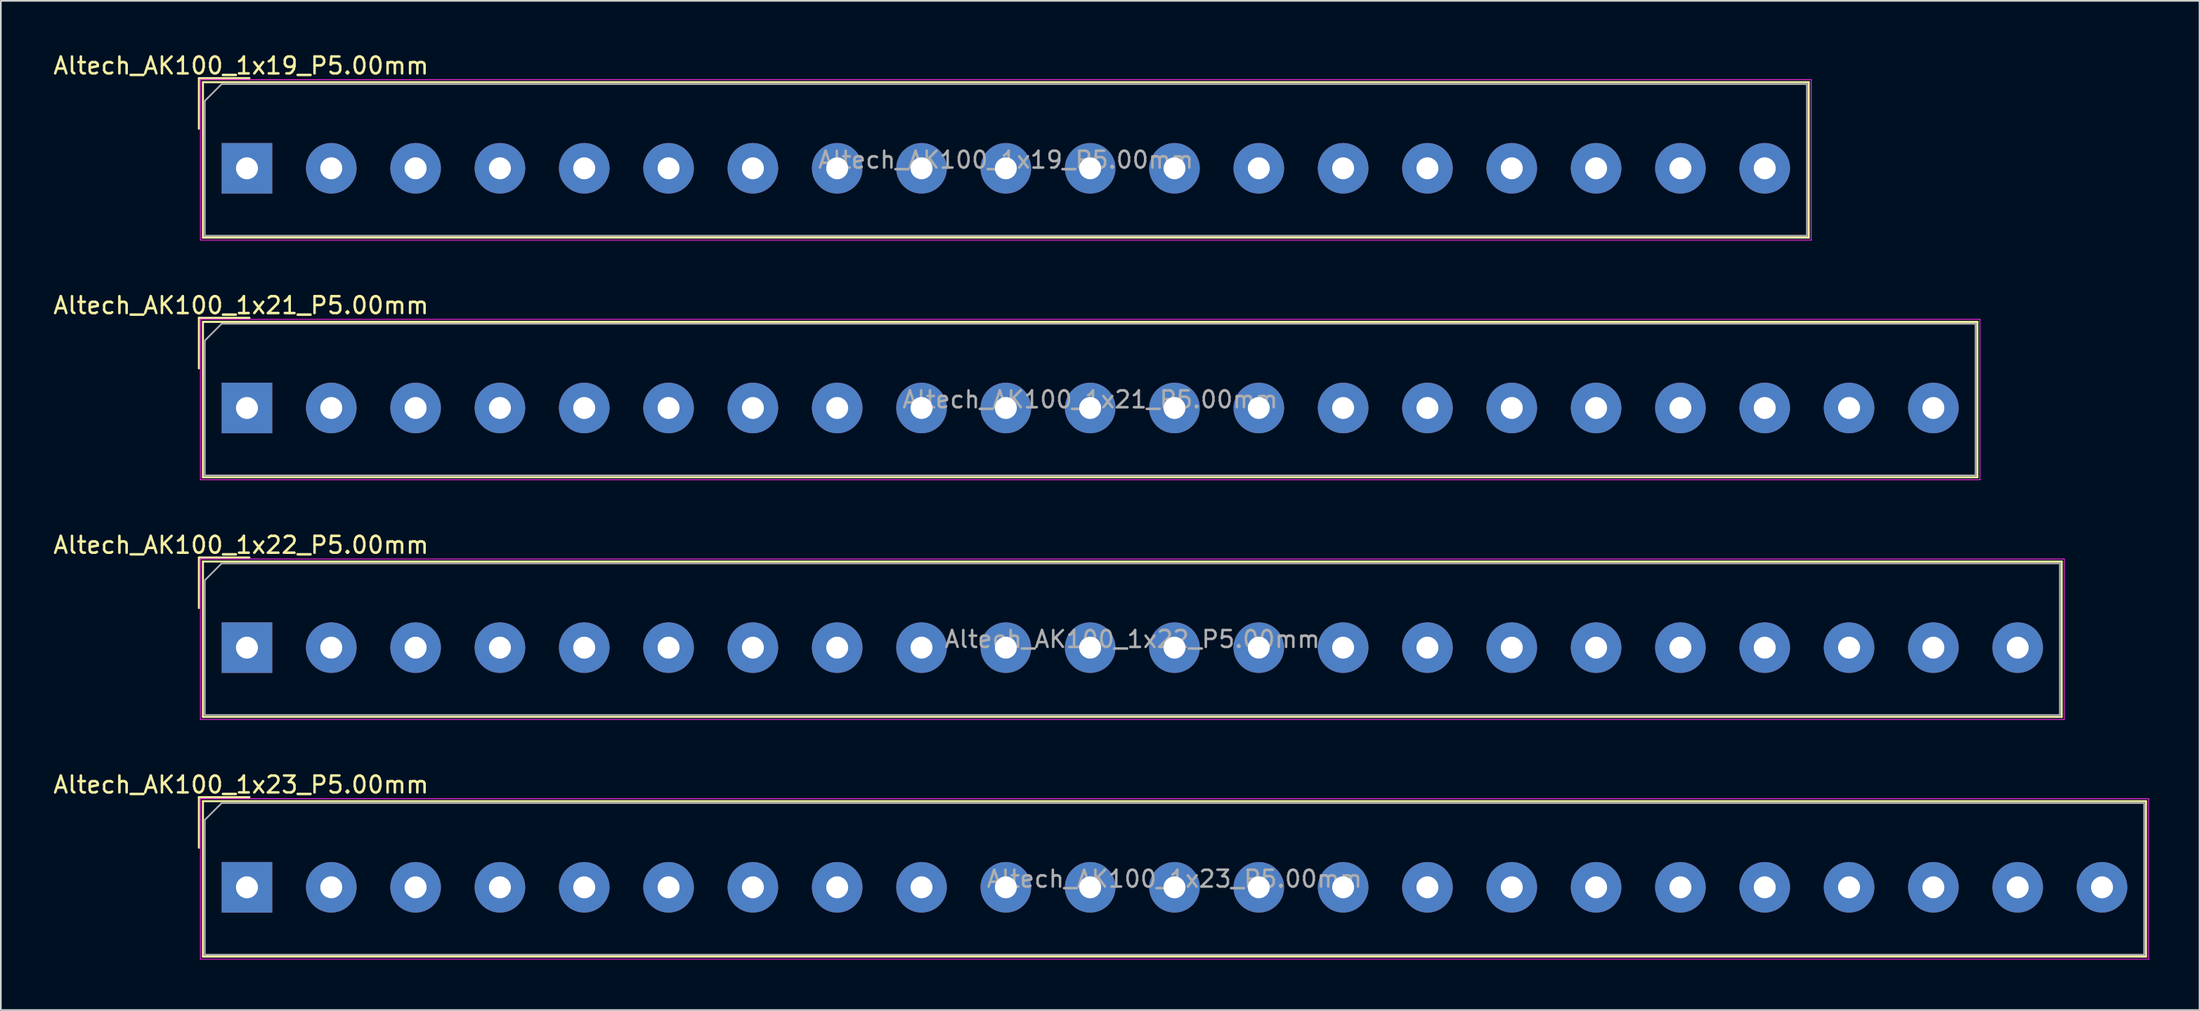
<source format=kicad_pcb>
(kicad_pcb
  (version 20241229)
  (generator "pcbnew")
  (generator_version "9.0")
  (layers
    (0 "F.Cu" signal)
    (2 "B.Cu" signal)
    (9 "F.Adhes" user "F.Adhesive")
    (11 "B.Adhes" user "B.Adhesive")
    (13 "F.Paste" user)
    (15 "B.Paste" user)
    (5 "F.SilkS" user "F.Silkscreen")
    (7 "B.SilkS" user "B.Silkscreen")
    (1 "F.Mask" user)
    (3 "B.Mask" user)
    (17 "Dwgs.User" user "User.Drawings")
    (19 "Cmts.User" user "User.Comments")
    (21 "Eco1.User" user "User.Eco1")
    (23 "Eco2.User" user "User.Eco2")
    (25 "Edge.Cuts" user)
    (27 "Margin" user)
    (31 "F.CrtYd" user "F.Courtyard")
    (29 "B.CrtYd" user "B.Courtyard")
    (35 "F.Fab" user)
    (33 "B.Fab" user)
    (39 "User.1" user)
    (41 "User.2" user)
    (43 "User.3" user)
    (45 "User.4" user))
  (footprint "Altech_AK100_1x22_P5.00mm"
    (layer "F.Cu")
    (at 11.594 35.385)
    (property "Reference" "Altech_AK100_1x22_P5.00mm" (at -0.35 -6.09 0) (layer "F.SilkS") (effects (font (size 1 1) (thickness 0.15))))
    (attr through_hole)
    (fp_line (start -2.85 -5.35) (end 0.15 -5.35) (stroke (width 0.12) (type solid)) (layer "F.SilkS"))
    (fp_line (start -2.85 -2.35) (end -2.85 -5.35) (stroke (width 0.12) (type solid)) (layer "F.SilkS"))
    (fp_line (start -2.61 -5.11) (end -2.61 4.11) (stroke (width 0.12) (type solid)) (layer "F.SilkS"))
    (fp_line (start -2.61 -5.11) (end 107.61 -5.11) (stroke (width 0.12) (type solid)) (layer "F.SilkS"))
    (fp_line (start -2.61 4.11) (end 107.61 4.11) (stroke (width 0.12) (type solid)) (layer "F.SilkS"))
    (fp_line (start 107.61 -5.11) (end 107.61 4.11) (stroke (width 0.12) (type solid)) (layer "F.SilkS"))
    (fp_line (start -2.76 -5.26) (end -2.76 4.26) (stroke (width 0.05) (type solid)) (layer "F.CrtYd"))
    (fp_line (start -2.76 4.26) (end 107.76 4.26) (stroke (width 0.05) (type solid)) (layer "F.CrtYd"))
    (fp_line (start 107.76 -5.26) (end -2.76 -5.26) (stroke (width 0.05) (type solid)) (layer "F.CrtYd"))
    (fp_line (start 107.76 4.26) (end 107.76 -5.26) (stroke (width 0.05) (type solid)) (layer "F.CrtYd"))
    (fp_poly (pts (xy -2.5 -4) (xy -2.5 4) (xy 107.5 4) (xy 107.5 -5) (xy -1.5 -5)) (stroke (width 0.1) (type solid)) (fill no) (layer "F.Fab"))
    (fp_text user "${REFERENCE}" (at 52.5 -0.5 0) (layer "F.Fab") (effects (font (size 1 1) (thickness 0.15))))
    (pad "1" thru_hole rect (at 0 0) (size 3 3) (drill 1.3) (layers "*.Cu" "*.Mask"))
    (pad "2" thru_hole circle (at 5 0) (size 3 3) (drill 1.3) (layers "*.Cu" "*.Mask"))
    (pad "3" thru_hole circle (at 10 0) (size 3 3) (drill 1.3) (layers "*.Cu" "*.Mask"))
    (pad "4" thru_hole circle (at 15 0) (size 3 3) (drill 1.3) (layers "*.Cu" "*.Mask"))
    (pad "5" thru_hole circle (at 20 0) (size 3 3) (drill 1.3) (layers "*.Cu" "*.Mask"))
    (pad "6" thru_hole circle (at 25 0) (size 3 3) (drill 1.3) (layers "*.Cu" "*.Mask"))
    (pad "7" thru_hole circle (at 30 0) (size 3 3) (drill 1.3) (layers "*.Cu" "*.Mask"))
    (pad "8" thru_hole circle (at 35 0) (size 3 3) (drill 1.3) (layers "*.Cu" "*.Mask"))
    (pad "9" thru_hole circle (at 40 0) (size 3 3) (drill 1.3) (layers "*.Cu" "*.Mask"))
    (pad "10" thru_hole circle (at 45 0) (size 3 3) (drill 1.3) (layers "*.Cu" "*.Mask"))
    (pad "11" thru_hole circle (at 50 0) (size 3 3) (drill 1.3) (layers "*.Cu" "*.Mask"))
    (pad "12" thru_hole circle (at 55 0) (size 3 3) (drill 1.3) (layers "*.Cu" "*.Mask"))
    (pad "13" thru_hole circle (at 60 0) (size 3 3) (drill 1.3) (layers "*.Cu" "*.Mask"))
    (pad "14" thru_hole circle (at 65 0) (size 3 3) (drill 1.3) (layers "*.Cu" "*.Mask"))
    (pad "15" thru_hole circle (at 70 0) (size 3 3) (drill 1.3) (layers "*.Cu" "*.Mask"))
    (pad "16" thru_hole circle (at 75 0) (size 3 3) (drill 1.3) (layers "*.Cu" "*.Mask"))
    (pad "17" thru_hole circle (at 80 0) (size 3 3) (drill 1.3) (layers "*.Cu" "*.Mask"))
    (pad "18" thru_hole circle (at 85 0) (size 3 3) (drill 1.3) (layers "*.Cu" "*.Mask"))
    (pad "19" thru_hole circle (at 90 0) (size 3 3) (drill 1.3) (layers "*.Cu" "*.Mask"))
    (pad "20" thru_hole circle (at 95 0) (size 3 3) (drill 1.3) (layers "*.Cu" "*.Mask"))
    (pad "21" thru_hole circle (at 100 0) (size 3 3) (drill 1.3) (layers "*.Cu" "*.Mask"))
    (pad "22" thru_hole circle (at 105 0) (size 3 3) (drill 1.3) (layers "*.Cu" "*.Mask")))
  (footprint "Altech_AK100_1x19_P5.00mm"
    (layer "F.Cu")
    (at 11.594 6.938)
    (property "Reference" "Altech_AK100_1x19_P5.00mm" (at -0.35 -6.09 0) (layer "F.SilkS") (effects (font (size 1 1) (thickness 0.15))))
    (attr through_hole)
    (fp_line (start -2.85 -5.35) (end 0.15 -5.35) (stroke (width 0.12) (type solid)) (layer "F.SilkS"))
    (fp_line (start -2.85 -2.35) (end -2.85 -5.35) (stroke (width 0.12) (type solid)) (layer "F.SilkS"))
    (fp_line (start -2.61 -5.11) (end -2.61 4.11) (stroke (width 0.12) (type solid)) (layer "F.SilkS"))
    (fp_line (start -2.61 -5.11) (end 92.61 -5.11) (stroke (width 0.12) (type solid)) (layer "F.SilkS"))
    (fp_line (start -2.61 4.11) (end 92.61 4.11) (stroke (width 0.12) (type solid)) (layer "F.SilkS"))
    (fp_line (start 92.61 -5.11) (end 92.61 4.11) (stroke (width 0.12) (type solid)) (layer "F.SilkS"))
    (fp_line (start -2.76 -5.26) (end -2.76 4.26) (stroke (width 0.05) (type solid)) (layer "F.CrtYd"))
    (fp_line (start -2.76 4.26) (end 92.76 4.26) (stroke (width 0.05) (type solid)) (layer "F.CrtYd"))
    (fp_line (start 92.76 -5.26) (end -2.76 -5.26) (stroke (width 0.05) (type solid)) (layer "F.CrtYd"))
    (fp_line (start 92.76 4.26) (end 92.76 -5.26) (stroke (width 0.05) (type solid)) (layer "F.CrtYd"))
    (fp_poly (pts (xy -2.5 -4) (xy -2.5 4) (xy 92.5 4) (xy 92.5 -5) (xy -1.5 -5)) (stroke (width 0.1) (type solid)) (fill no) (layer "F.Fab"))
    (fp_text user "${REFERENCE}" (at 45 -0.5 0) (layer "F.Fab") (effects (font (size 1 1) (thickness 0.15))))
    (pad "1" thru_hole rect (at 0 0) (size 3 3) (drill 1.3) (layers "*.Cu" "*.Mask"))
    (pad "2" thru_hole circle (at 5 0) (size 3 3) (drill 1.3) (layers "*.Cu" "*.Mask"))
    (pad "3" thru_hole circle (at 10 0) (size 3 3) (drill 1.3) (layers "*.Cu" "*.Mask"))
    (pad "4" thru_hole circle (at 15 0) (size 3 3) (drill 1.3) (layers "*.Cu" "*.Mask"))
    (pad "5" thru_hole circle (at 20 0) (size 3 3) (drill 1.3) (layers "*.Cu" "*.Mask"))
    (pad "6" thru_hole circle (at 25 0) (size 3 3) (drill 1.3) (layers "*.Cu" "*.Mask"))
    (pad "7" thru_hole circle (at 30 0) (size 3 3) (drill 1.3) (layers "*.Cu" "*.Mask"))
    (pad "8" thru_hole circle (at 35 0) (size 3 3) (drill 1.3) (layers "*.Cu" "*.Mask"))
    (pad "9" thru_hole circle (at 40 0) (size 3 3) (drill 1.3) (layers "*.Cu" "*.Mask"))
    (pad "10" thru_hole circle (at 45 0) (size 3 3) (drill 1.3) (layers "*.Cu" "*.Mask"))
    (pad "11" thru_hole circle (at 50 0) (size 3 3) (drill 1.3) (layers "*.Cu" "*.Mask"))
    (pad "12" thru_hole circle (at 55 0) (size 3 3) (drill 1.3) (layers "*.Cu" "*.Mask"))
    (pad "13" thru_hole circle (at 60 0) (size 3 3) (drill 1.3) (layers "*.Cu" "*.Mask"))
    (pad "14" thru_hole circle (at 65 0) (size 3 3) (drill 1.3) (layers "*.Cu" "*.Mask"))
    (pad "15" thru_hole circle (at 70 0) (size 3 3) (drill 1.3) (layers "*.Cu" "*.Mask"))
    (pad "16" thru_hole circle (at 75 0) (size 3 3) (drill 1.3) (layers "*.Cu" "*.Mask"))
    (pad "17" thru_hole circle (at 80 0) (size 3 3) (drill 1.3) (layers "*.Cu" "*.Mask"))
    (pad "18" thru_hole circle (at 85 0) (size 3 3) (drill 1.3) (layers "*.Cu" "*.Mask"))
    (pad "19" thru_hole circle (at 90 0) (size 3 3) (drill 1.3) (layers "*.Cu" "*.Mask")))
  (footprint "Altech_AK100_1x23_P5.00mm"
    (layer "F.Cu")
    (at 11.594 49.608)
    (property "Reference" "Altech_AK100_1x23_P5.00mm" (at -0.35 -6.09 0) (layer "F.SilkS") (effects (font (size 1 1) (thickness 0.15))))
    (attr through_hole)
    (fp_line (start -2.85 -5.35) (end 0.15 -5.35) (stroke (width 0.12) (type solid)) (layer "F.SilkS"))
    (fp_line (start -2.85 -2.35) (end -2.85 -5.35) (stroke (width 0.12) (type solid)) (layer "F.SilkS"))
    (fp_line (start -2.61 -5.11) (end -2.61 4.11) (stroke (width 0.12) (type solid)) (layer "F.SilkS"))
    (fp_line (start -2.61 -5.11) (end 112.61 -5.11) (stroke (width 0.12) (type solid)) (layer "F.SilkS"))
    (fp_line (start -2.61 4.11) (end 112.61 4.11) (stroke (width 0.12) (type solid)) (layer "F.SilkS"))
    (fp_line (start 112.61 -5.11) (end 112.61 4.11) (stroke (width 0.12) (type solid)) (layer "F.SilkS"))
    (fp_line (start -2.76 -5.26) (end -2.76 4.26) (stroke (width 0.05) (type solid)) (layer "F.CrtYd"))
    (fp_line (start -2.76 4.26) (end 112.76 4.26) (stroke (width 0.05) (type solid)) (layer "F.CrtYd"))
    (fp_line (start 112.76 -5.26) (end -2.76 -5.26) (stroke (width 0.05) (type solid)) (layer "F.CrtYd"))
    (fp_line (start 112.76 4.26) (end 112.76 -5.26) (stroke (width 0.05) (type solid)) (layer "F.CrtYd"))
    (fp_poly (pts (xy -2.5 -4) (xy -2.5 4) (xy 112.5 4) (xy 112.5 -5) (xy -1.5 -5)) (stroke (width 0.1) (type solid)) (fill no) (layer "F.Fab"))
    (fp_text user "${REFERENCE}" (at 55 -0.5 0) (layer "F.Fab") (effects (font (size 1 1) (thickness 0.15))))
    (pad "1" thru_hole rect (at 0 0) (size 3 3) (drill 1.3) (layers "*.Cu" "*.Mask"))
    (pad "2" thru_hole circle (at 5 0) (size 3 3) (drill 1.3) (layers "*.Cu" "*.Mask"))
    (pad "3" thru_hole circle (at 10 0) (size 3 3) (drill 1.3) (layers "*.Cu" "*.Mask"))
    (pad "4" thru_hole circle (at 15 0) (size 3 3) (drill 1.3) (layers "*.Cu" "*.Mask"))
    (pad "5" thru_hole circle (at 20 0) (size 3 3) (drill 1.3) (layers "*.Cu" "*.Mask"))
    (pad "6" thru_hole circle (at 25 0) (size 3 3) (drill 1.3) (layers "*.Cu" "*.Mask"))
    (pad "7" thru_hole circle (at 30 0) (size 3 3) (drill 1.3) (layers "*.Cu" "*.Mask"))
    (pad "8" thru_hole circle (at 35 0) (size 3 3) (drill 1.3) (layers "*.Cu" "*.Mask"))
    (pad "9" thru_hole circle (at 40 0) (size 3 3) (drill 1.3) (layers "*.Cu" "*.Mask"))
    (pad "10" thru_hole circle (at 45 0) (size 3 3) (drill 1.3) (layers "*.Cu" "*.Mask"))
    (pad "11" thru_hole circle (at 50 0) (size 3 3) (drill 1.3) (layers "*.Cu" "*.Mask"))
    (pad "12" thru_hole circle (at 55 0) (size 3 3) (drill 1.3) (layers "*.Cu" "*.Mask"))
    (pad "13" thru_hole circle (at 60 0) (size 3 3) (drill 1.3) (layers "*.Cu" "*.Mask"))
    (pad "14" thru_hole circle (at 65 0) (size 3 3) (drill 1.3) (layers "*.Cu" "*.Mask"))
    (pad "15" thru_hole circle (at 70 0) (size 3 3) (drill 1.3) (layers "*.Cu" "*.Mask"))
    (pad "16" thru_hole circle (at 75 0) (size 3 3) (drill 1.3) (layers "*.Cu" "*.Mask"))
    (pad "17" thru_hole circle (at 80 0) (size 3 3) (drill 1.3) (layers "*.Cu" "*.Mask"))
    (pad "18" thru_hole circle (at 85 0) (size 3 3) (drill 1.3) (layers "*.Cu" "*.Mask"))
    (pad "19" thru_hole circle (at 90 0) (size 3 3) (drill 1.3) (layers "*.Cu" "*.Mask"))
    (pad "20" thru_hole circle (at 95 0) (size 3 3) (drill 1.3) (layers "*.Cu" "*.Mask"))
    (pad "21" thru_hole circle (at 100 0) (size 3 3) (drill 1.3) (layers "*.Cu" "*.Mask"))
    (pad "22" thru_hole circle (at 105 0) (size 3 3) (drill 1.3) (layers "*.Cu" "*.Mask"))
    (pad "23" thru_hole circle (at 110 0) (size 3 3) (drill 1.3) (layers "*.Cu" "*.Mask")))
  (footprint "Altech_AK100_1x21_P5.00mm"
    (layer "F.Cu")
    (at 11.594 21.162)
    (property "Reference" "Altech_AK100_1x21_P5.00mm" (at -0.35 -6.09 0) (layer "F.SilkS") (effects (font (size 1 1) (thickness 0.15))))
    (attr through_hole)
    (fp_line (start -2.85 -5.35) (end 0.15 -5.35) (stroke (width 0.12) (type solid)) (layer "F.SilkS"))
    (fp_line (start -2.85 -2.35) (end -2.85 -5.35) (stroke (width 0.12) (type solid)) (layer "F.SilkS"))
    (fp_line (start -2.61 -5.11) (end -2.61 4.11) (stroke (width 0.12) (type solid)) (layer "F.SilkS"))
    (fp_line (start -2.61 -5.11) (end 102.61 -5.11) (stroke (width 0.12) (type solid)) (layer "F.SilkS"))
    (fp_line (start -2.61 4.11) (end 102.61 4.11) (stroke (width 0.12) (type solid)) (layer "F.SilkS"))
    (fp_line (start 102.61 -5.11) (end 102.61 4.11) (stroke (width 0.12) (type solid)) (layer "F.SilkS"))
    (fp_line (start -2.76 -5.26) (end -2.76 4.26) (stroke (width 0.05) (type solid)) (layer "F.CrtYd"))
    (fp_line (start -2.76 4.26) (end 102.76 4.26) (stroke (width 0.05) (type solid)) (layer "F.CrtYd"))
    (fp_line (start 102.76 -5.26) (end -2.76 -5.26) (stroke (width 0.05) (type solid)) (layer "F.CrtYd"))
    (fp_line (start 102.76 4.26) (end 102.76 -5.26) (stroke (width 0.05) (type solid)) (layer "F.CrtYd"))
    (fp_poly (pts (xy -2.5 -4) (xy -2.5 4) (xy 102.5 4) (xy 102.5 -5) (xy -1.5 -5)) (stroke (width 0.1) (type solid)) (fill no) (layer "F.Fab"))
    (fp_text user "${REFERENCE}" (at 50 -0.5 0) (layer "F.Fab") (effects (font (size 1 1) (thickness 0.15))))
    (pad "1" thru_hole rect (at 0 0) (size 3 3) (drill 1.3) (layers "*.Cu" "*.Mask"))
    (pad "2" thru_hole circle (at 5 0) (size 3 3) (drill 1.3) (layers "*.Cu" "*.Mask"))
    (pad "3" thru_hole circle (at 10 0) (size 3 3) (drill 1.3) (layers "*.Cu" "*.Mask"))
    (pad "4" thru_hole circle (at 15 0) (size 3 3) (drill 1.3) (layers "*.Cu" "*.Mask"))
    (pad "5" thru_hole circle (at 20 0) (size 3 3) (drill 1.3) (layers "*.Cu" "*.Mask"))
    (pad "6" thru_hole circle (at 25 0) (size 3 3) (drill 1.3) (layers "*.Cu" "*.Mask"))
    (pad "7" thru_hole circle (at 30 0) (size 3 3) (drill 1.3) (layers "*.Cu" "*.Mask"))
    (pad "8" thru_hole circle (at 35 0) (size 3 3) (drill 1.3) (layers "*.Cu" "*.Mask"))
    (pad "9" thru_hole circle (at 40 0) (size 3 3) (drill 1.3) (layers "*.Cu" "*.Mask"))
    (pad "10" thru_hole circle (at 45 0) (size 3 3) (drill 1.3) (layers "*.Cu" "*.Mask"))
    (pad "11" thru_hole circle (at 50 0) (size 3 3) (drill 1.3) (layers "*.Cu" "*.Mask"))
    (pad "12" thru_hole circle (at 55 0) (size 3 3) (drill 1.3) (layers "*.Cu" "*.Mask"))
    (pad "13" thru_hole circle (at 60 0) (size 3 3) (drill 1.3) (layers "*.Cu" "*.Mask"))
    (pad "14" thru_hole circle (at 65 0) (size 3 3) (drill 1.3) (layers "*.Cu" "*.Mask"))
    (pad "15" thru_hole circle (at 70 0) (size 3 3) (drill 1.3) (layers "*.Cu" "*.Mask"))
    (pad "16" thru_hole circle (at 75 0) (size 3 3) (drill 1.3) (layers "*.Cu" "*.Mask"))
    (pad "17" thru_hole circle (at 80 0) (size 3 3) (drill 1.3) (layers "*.Cu" "*.Mask"))
    (pad "18" thru_hole circle (at 85 0) (size 3 3) (drill 1.3) (layers "*.Cu" "*.Mask"))
    (pad "19" thru_hole circle (at 90 0) (size 3 3) (drill 1.3) (layers "*.Cu" "*.Mask"))
    (pad "20" thru_hole circle (at 95 0) (size 3 3) (drill 1.3) (layers "*.Cu" "*.Mask"))
    (pad "21" thru_hole circle (at 100 0) (size 3 3) (drill 1.3) (layers "*.Cu" "*.Mask")))
  (gr_rect
    (start -3 -3)
    (end 127.379 56.893)
    (stroke (width 0.1) (type default))
    (fill no)
    (layer "Edge.Cuts")))
</source>
